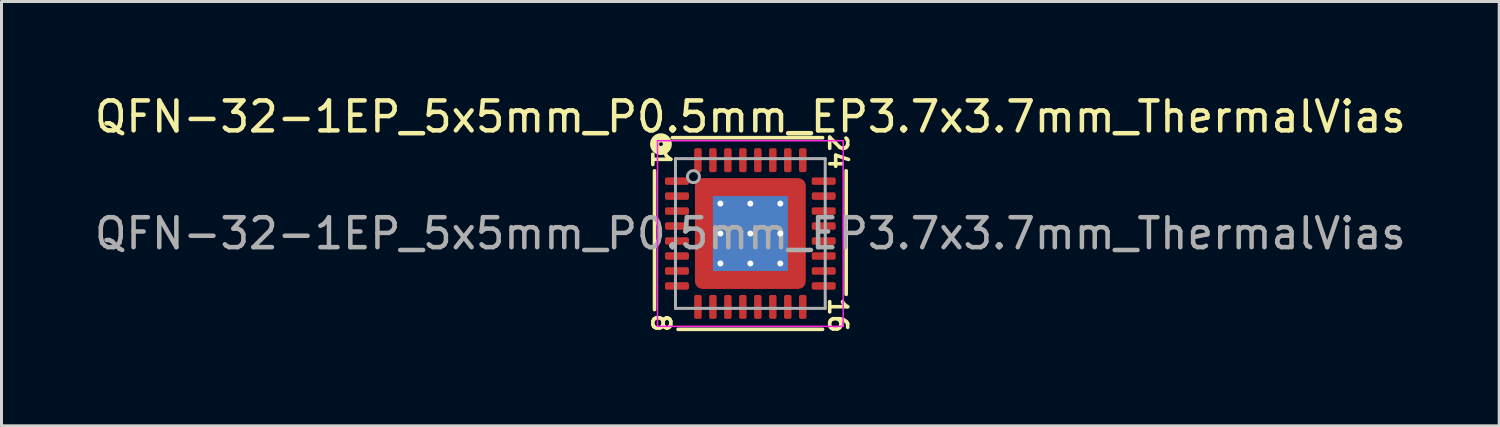
<source format=kicad_pcb>
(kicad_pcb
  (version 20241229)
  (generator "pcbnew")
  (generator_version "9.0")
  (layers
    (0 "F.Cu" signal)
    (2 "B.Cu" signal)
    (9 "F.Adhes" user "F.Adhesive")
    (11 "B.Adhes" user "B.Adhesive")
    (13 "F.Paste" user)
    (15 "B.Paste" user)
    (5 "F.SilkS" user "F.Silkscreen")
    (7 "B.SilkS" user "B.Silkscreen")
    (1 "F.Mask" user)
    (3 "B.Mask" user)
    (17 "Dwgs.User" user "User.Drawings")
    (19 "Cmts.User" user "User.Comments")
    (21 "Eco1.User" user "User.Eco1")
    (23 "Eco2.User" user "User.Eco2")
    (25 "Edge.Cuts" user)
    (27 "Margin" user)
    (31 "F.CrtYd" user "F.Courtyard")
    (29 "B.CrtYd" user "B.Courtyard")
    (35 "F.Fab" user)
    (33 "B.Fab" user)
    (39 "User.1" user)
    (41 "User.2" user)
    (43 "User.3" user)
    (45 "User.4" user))
  (footprint "QFN-32-1EP_5x5mm_P0.5mm_EP3.7x3.7mm_ThermalVias"
    (layer "F.Cu")
    (at 22.006 4.748)
    (property "Reference" "QFN-32-1EP_5x5mm_P0.5mm_EP3.7x3.7mm_ThermalVias" (at 0 -3.9 0) (layer "F.SilkS") (effects (font (size 1 1) (thickness 0.15))))
    (attr smd)
    (fp_line (start -3.2 -2.095) (end -3.2 2.54) (stroke (width 0.12) (type solid)) (layer "F.SilkS"))
    (fp_line (start -2.413 3.2) (end 2.413 3.2) (stroke (width 0.12) (type solid)) (layer "F.SilkS"))
    (fp_line (start 2.413 -3.2) (end -2.603 -3.2) (stroke (width 0.12) (type solid)) (layer "F.SilkS"))
    (fp_line (start 3.2 2.032) (end 3.2 -2.095) (stroke (width 0.12) (type solid)) (layer "F.SilkS"))
    (fp_circle (center -2.985 -2.985) (end -2.921 -2.985) (stroke (width 0.3) (type solid)) (fill no) (layer "F.SilkS"))
    (fp_line (start -3.1 -3.1) (end -3.1 3.1) (stroke (width 0.05) (type solid)) (layer "F.CrtYd"))
    (fp_line (start -3.1 3.1) (end 3.1 3.1) (stroke (width 0.05) (type solid)) (layer "F.CrtYd"))
    (fp_line (start 3.1 -3.1) (end -3.1 -3.1) (stroke (width 0.05) (type solid)) (layer "F.CrtYd"))
    (fp_line (start 3.1 3.1) (end 3.1 -3.1) (stroke (width 0.05) (type solid)) (layer "F.CrtYd"))
    (fp_line (start -2.5 -2.5) (end 2.5 -2.5) (stroke (width 0.1) (type solid)) (layer "F.Fab"))
    (fp_line (start -2.5 2.5) (end -2.5 -2.5) (stroke (width 0.1) (type solid)) (layer "F.Fab"))
    (fp_line (start 2.5 -2.5) (end 2.5 2.5) (stroke (width 0.1) (type solid)) (layer "F.Fab"))
    (fp_line (start 2.5 2.5) (end -2.5 2.5) (stroke (width 0.1) (type solid)) (layer "F.Fab"))
    (fp_circle (center -1.9 -1.9) (end -1.7 -1.9) (stroke (width 0.1) (type solid)) (fill no) (layer "F.Fab"))
    (fp_text user "24" (at 2.921 -2.731 270) (unlocked yes) (layer "F.SilkS") (effects (font (size 0.6 0.6) (thickness 0.12))))
    (fp_text user "8" (at -2.985 2.985 270) (unlocked yes) (layer "F.SilkS") (effects (font (size 0.6 0.6) (thickness 0.12))))
    (fp_text user "1" (at -2.985 -2.477 270) (unlocked yes) (layer "F.SilkS") (effects (font (size 0.6 0.6) (thickness 0.12))))
    (fp_text user "16" (at 2.921 2.731 270) (unlocked yes) (layer "F.SilkS") (effects (font (size 0.6 0.6) (thickness 0.12))))
    (fp_text user "${REFERENCE}" (at 0 0 0) (layer "F.Fab") (effects (font (size 1 1) (thickness 0.15))))
    (pad "" smd custom (at -1.425 -1.425) (size 0.602 0.602) (layers "F.Paste") (options (anchor circle)) (primitives (gr_poly (pts (xy 0.259 0.19) (xy 0.19 0.259) (xy -0.259 0.259) (xy -0.259 -0.259) (xy 0.259 -0.259)) (width 0.167) (fill yes))))
    (pad "" smd custom (at -1.425 -0.5) (size 0.612 0.612) (layers "F.Paste") (options (anchor circle)) (primitives (gr_poly (pts (xy 0.269 -0.269) (xy 0.269 0.269) (xy 0.209 0.33) (xy -0.269 0.33) (xy -0.269 -0.33) (xy 0.209 -0.33)) (width 0.147) (fill yes))))
    (pad "" smd custom (at -1.425 0.5) (size 0.612 0.612) (layers "F.Paste") (options (anchor circle)) (primitives (gr_poly (pts (xy 0.269 -0.269) (xy 0.269 0.269) (xy 0.209 0.33) (xy -0.269 0.33) (xy -0.269 -0.33) (xy 0.209 -0.33)) (width 0.147) (fill yes))))
    (pad "" smd custom (at -1.425 1.425) (size 0.602 0.602) (layers "F.Paste") (options (anchor circle)) (primitives (gr_poly (pts (xy 0.259 -0.19) (xy 0.259 0.259) (xy -0.259 0.259) (xy -0.259 -0.259) (xy 0.19 -0.259)) (width 0.167) (fill yes))))
    (pad "" smd custom (at -0.5 -1.425) (size 0.612 0.612) (layers "F.Paste") (options (anchor circle)) (primitives (gr_poly (pts (xy 0.33 0.209) (xy 0.269 0.269) (xy -0.269 0.269) (xy -0.33 0.209) (xy -0.33 -0.269) (xy 0.33 -0.269)) (width 0.147) (fill yes))))
    (pad "" smd roundrect (at -0.5 -0.5) (size 0.806 0.806) (layers "F.Paste") (roundrect_rratio 0.25))
    (pad "" smd roundrect (at -0.5 0.5) (size 0.806 0.806) (layers "F.Paste") (roundrect_rratio 0.25))
    (pad "" smd custom (at -0.5 1.425) (size 0.612 0.612) (layers "F.Paste") (options (anchor circle)) (primitives (gr_poly (pts (xy 0.33 -0.209) (xy 0.33 0.269) (xy -0.33 0.269) (xy -0.33 -0.209) (xy -0.269 -0.269) (xy 0.269 -0.269)) (width 0.147) (fill yes))))
    (pad "" smd custom (at 0.5 -1.425) (size 0.612 0.612) (layers "F.Paste") (options (anchor circle)) (primitives (gr_poly (pts (xy 0.33 0.209) (xy 0.269 0.269) (xy -0.269 0.269) (xy -0.33 0.209) (xy -0.33 -0.269) (xy 0.33 -0.269)) (width 0.147) (fill yes))))
    (pad "" smd roundrect (at 0.5 -0.5) (size 0.806 0.806) (layers "F.Paste") (roundrect_rratio 0.25))
    (pad "" smd roundrect (at 0.5 0.5) (size 0.806 0.806) (layers "F.Paste") (roundrect_rratio 0.25))
    (pad "" smd custom (at 0.5 1.425) (size 0.612 0.612) (layers "F.Paste") (options (anchor circle)) (primitives (gr_poly (pts (xy 0.33 -0.209) (xy 0.33 0.269) (xy -0.33 0.269) (xy -0.33 -0.209) (xy -0.269 -0.269) (xy 0.269 -0.269)) (width 0.147) (fill yes))))
    (pad "" smd custom (at 1.425 -1.425) (size 0.602 0.602) (layers "F.Paste") (options (anchor circle)) (primitives (gr_poly (pts (xy 0.259 0.259) (xy -0.19 0.259) (xy -0.259 0.19) (xy -0.259 -0.259) (xy 0.259 -0.259)) (width 0.167) (fill yes))))
    (pad "" smd custom (at 1.425 -0.5) (size 0.612 0.612) (layers "F.Paste") (options (anchor circle)) (primitives (gr_poly (pts (xy 0.269 0.33) (xy -0.209 0.33) (xy -0.269 0.269) (xy -0.269 -0.269) (xy -0.209 -0.33) (xy 0.269 -0.33)) (width 0.147) (fill yes))))
    (pad "" smd custom (at 1.425 0.5) (size 0.612 0.612) (layers "F.Paste") (options (anchor circle)) (primitives (gr_poly (pts (xy 0.269 0.33) (xy -0.209 0.33) (xy -0.269 0.269) (xy -0.269 -0.269) (xy -0.209 -0.33) (xy 0.269 -0.33)) (width 0.147) (fill yes))))
    (pad "" smd custom (at 1.425 1.425) (size 0.602 0.602) (layers "F.Paste") (options (anchor circle)) (primitives (gr_poly (pts (xy 0.259 0.259) (xy -0.259 0.259) (xy -0.259 -0.19) (xy -0.19 -0.259) (xy 0.259 -0.259)) (width 0.167) (fill yes))))
    (pad "1" smd roundrect (at -2.45 -1.75) (size 0.8 0.25) (layers "F.Cu" "F.Mask" "F.Paste") (roundrect_rratio 0.25))
    (pad "2" smd roundrect (at -2.45 -1.25) (size 0.8 0.25) (layers "F.Cu" "F.Mask" "F.Paste") (roundrect_rratio 0.25))
    (pad "3" smd roundrect (at -2.45 -0.75) (size 0.8 0.25) (layers "F.Cu" "F.Mask" "F.Paste") (roundrect_rratio 0.25))
    (pad "4" smd roundrect (at -2.45 -0.25) (size 0.8 0.25) (layers "F.Cu" "F.Mask" "F.Paste") (roundrect_rratio 0.25))
    (pad "5" smd roundrect (at -2.45 0.25) (size 0.8 0.25) (layers "F.Cu" "F.Mask" "F.Paste") (roundrect_rratio 0.25))
    (pad "6" smd roundrect (at -2.45 0.75) (size 0.8 0.25) (layers "F.Cu" "F.Mask" "F.Paste") (roundrect_rratio 0.25))
    (pad "7" smd roundrect (at -2.45 1.25) (size 0.8 0.25) (layers "F.Cu" "F.Mask" "F.Paste") (roundrect_rratio 0.25))
    (pad "8" smd roundrect (at -2.45 1.75) (size 0.8 0.25) (layers "F.Cu" "F.Mask" "F.Paste") (roundrect_rratio 0.25))
    (pad "9" smd roundrect (at -1.75 2.45) (size 0.25 0.8) (layers "F.Cu" "F.Mask" "F.Paste") (roundrect_rratio 0.25))
    (pad "10" smd roundrect (at -1.25 2.45) (size 0.25 0.8) (layers "F.Cu" "F.Mask" "F.Paste") (roundrect_rratio 0.25))
    (pad "11" smd roundrect (at -0.75 2.45) (size 0.25 0.8) (layers "F.Cu" "F.Mask" "F.Paste") (roundrect_rratio 0.25))
    (pad "12" smd roundrect (at -0.25 2.45) (size 0.25 0.8) (layers "F.Cu" "F.Mask" "F.Paste") (roundrect_rratio 0.25))
    (pad "13" smd roundrect (at 0.25 2.45) (size 0.25 0.8) (layers "F.Cu" "F.Mask" "F.Paste") (roundrect_rratio 0.25))
    (pad "14" smd roundrect (at 0.75 2.45) (size 0.25 0.8) (layers "F.Cu" "F.Mask" "F.Paste") (roundrect_rratio 0.25))
    (pad "15" smd roundrect (at 1.25 2.45) (size 0.25 0.8) (layers "F.Cu" "F.Mask" "F.Paste") (roundrect_rratio 0.25))
    (pad "16" smd roundrect (at 1.75 2.45) (size 0.25 0.8) (layers "F.Cu" "F.Mask" "F.Paste") (roundrect_rratio 0.25))
    (pad "17" smd roundrect (at 2.45 1.75) (size 0.8 0.25) (layers "F.Cu" "F.Mask" "F.Paste") (roundrect_rratio 0.25))
    (pad "18" smd roundrect (at 2.45 1.25) (size 0.8 0.25) (layers "F.Cu" "F.Mask" "F.Paste") (roundrect_rratio 0.25))
    (pad "19" smd roundrect (at 2.45 0.75) (size 0.8 0.25) (layers "F.Cu" "F.Mask" "F.Paste") (roundrect_rratio 0.25))
    (pad "20" smd roundrect (at 2.45 0.25) (size 0.8 0.25) (layers "F.Cu" "F.Mask" "F.Paste") (roundrect_rratio 0.25))
    (pad "21" smd roundrect (at 2.45 -0.25) (size 0.8 0.25) (layers "F.Cu" "F.Mask" "F.Paste") (roundrect_rratio 0.25))
    (pad "22" smd roundrect (at 2.45 -0.75) (size 0.8 0.25) (layers "F.Cu" "F.Mask" "F.Paste") (roundrect_rratio 0.25))
    (pad "23" smd roundrect (at 2.45 -1.25) (size 0.8 0.25) (layers "F.Cu" "F.Mask" "F.Paste") (roundrect_rratio 0.25))
    (pad "24" smd roundrect (at 2.45 -1.75) (size 0.8 0.25) (layers "F.Cu" "F.Mask" "F.Paste") (roundrect_rratio 0.25))
    (pad "25" smd roundrect (at 1.75 -2.45) (size 0.25 0.8) (layers "F.Cu" "F.Mask" "F.Paste") (roundrect_rratio 0.25))
    (pad "26" smd roundrect (at 1.25 -2.45) (size 0.25 0.8) (layers "F.Cu" "F.Mask" "F.Paste") (roundrect_rratio 0.25))
    (pad "27" smd roundrect (at 0.75 -2.45) (size 0.25 0.8) (layers "F.Cu" "F.Mask" "F.Paste") (roundrect_rratio 0.25))
    (pad "28" smd roundrect (at 0.25 -2.45) (size 0.25 0.8) (layers "F.Cu" "F.Mask" "F.Paste") (roundrect_rratio 0.25))
    (pad "29" smd roundrect (at -0.25 -2.45) (size 0.25 0.8) (layers "F.Cu" "F.Mask" "F.Paste") (roundrect_rratio 0.25))
    (pad "30" smd roundrect (at -0.75 -2.45) (size 0.25 0.8) (layers "F.Cu" "F.Mask" "F.Paste") (roundrect_rratio 0.25))
    (pad "31" smd roundrect (at -1.25 -2.45) (size 0.25 0.8) (layers "F.Cu" "F.Mask" "F.Paste") (roundrect_rratio 0.25))
    (pad "32" smd roundrect (at -1.75 -2.45) (size 0.25 0.8) (layers "F.Cu" "F.Mask" "F.Paste") (roundrect_rratio 0.25))
    (pad "33" thru_hole circle (at -1 -1) (size 0.5 0.5) (drill 0.2) (property pad_prop_heatsink) (layers "*.Cu"))
    (pad "33" thru_hole circle (at -1 0) (size 0.5 0.5) (drill 0.2) (property pad_prop_heatsink) (layers "*.Cu"))
    (pad "33" thru_hole circle (at -1 1) (size 0.5 0.5) (drill 0.2) (property pad_prop_heatsink) (layers "*.Cu"))
    (pad "33" thru_hole circle (at 0 -1) (size 0.5 0.5) (drill 0.2) (property pad_prop_heatsink) (layers "*.Cu"))
    (pad "33" thru_hole circle (at 0 0) (size 0.5 0.5) (drill 0.2) (property pad_prop_heatsink) (layers "*.Cu"))
    (pad "33" smd rect (at 0 0) (size 2.5 2.5) (layers "B.Cu" "B.Mask"))
    (pad "33" smd roundrect (at 0 0) (size 3.7 3.7) (layers "F.Cu" "F.Mask") (roundrect_rratio 0.068))
    (pad "33" thru_hole circle (at 0 1) (size 0.5 0.5) (drill 0.2) (property pad_prop_heatsink) (layers "*.Cu"))
    (pad "33" thru_hole circle (at 1 -1) (size 0.5 0.5) (drill 0.2) (property pad_prop_heatsink) (layers "*.Cu"))
    (pad "33" thru_hole circle (at 1 0) (size 0.5 0.5) (drill 0.2) (property pad_prop_heatsink) (layers "*.Cu"))
    (pad "33" thru_hole circle (at 1 1) (size 0.5 0.5) (drill 0.2) (property pad_prop_heatsink) (layers "*.Cu")))
  (gr_rect
    (start -3 -3)
    (end 47.012 11.17)
    (stroke (width 0.1) (type default))
    (fill no)
    (layer "Edge.Cuts")))
</source>
